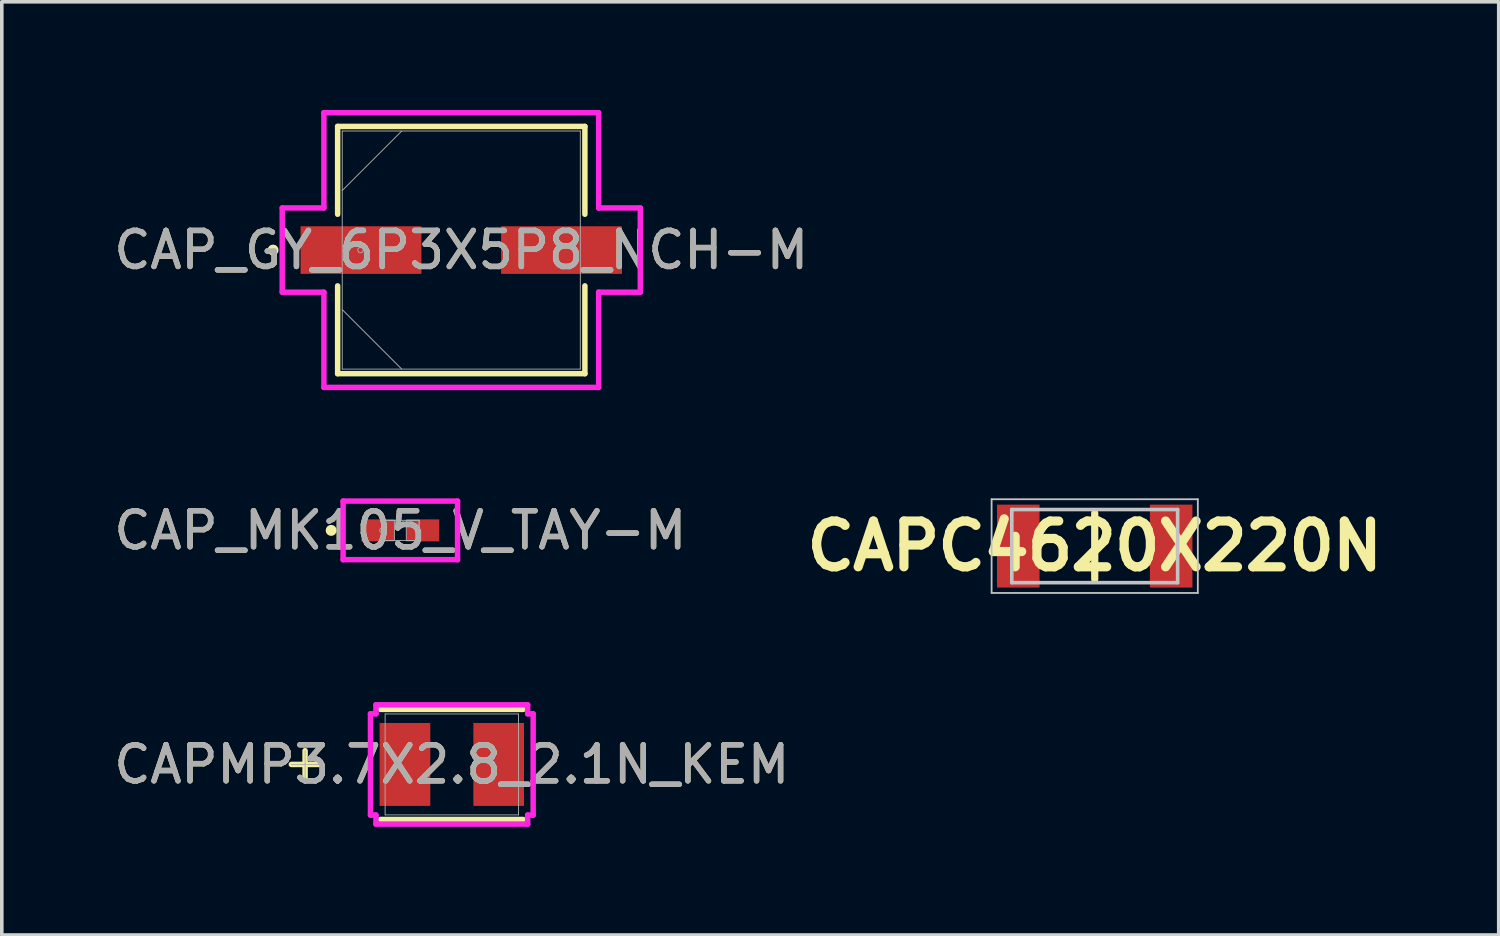
<source format=kicad_pcb>
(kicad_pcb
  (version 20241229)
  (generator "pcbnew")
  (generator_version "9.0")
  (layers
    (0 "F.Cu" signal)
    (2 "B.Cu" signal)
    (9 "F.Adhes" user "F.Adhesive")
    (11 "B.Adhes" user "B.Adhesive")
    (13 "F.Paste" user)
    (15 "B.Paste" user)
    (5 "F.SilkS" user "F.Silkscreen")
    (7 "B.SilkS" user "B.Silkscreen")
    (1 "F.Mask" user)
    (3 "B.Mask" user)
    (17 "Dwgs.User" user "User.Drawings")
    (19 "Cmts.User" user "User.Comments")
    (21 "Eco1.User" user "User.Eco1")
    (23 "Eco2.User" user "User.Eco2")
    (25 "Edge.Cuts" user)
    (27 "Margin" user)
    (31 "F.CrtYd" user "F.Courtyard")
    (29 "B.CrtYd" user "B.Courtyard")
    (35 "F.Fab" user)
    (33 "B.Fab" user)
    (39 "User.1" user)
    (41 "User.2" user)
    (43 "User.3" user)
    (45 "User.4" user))
  (footprint "CAPMP3.7X2.8_2.1N_KEM"
    (layer "F.Cu")
    (at 9.482 18.153)
    (property "Reference" "CAPMP3.7X2.8_2.1N_KEM" (at 0 0 0) (unlocked yes) (layer "F.SilkS") (effects (font (size 1 1) (thickness 0.15))))
    (attr smd)
    (fp_line (start -4.07 -0.381) (end -4.07 0.381) (stroke (width 0.152) (type solid)) (layer "F.SilkS"))
    (fp_line (start -3.689 0) (end -4.451 0) (stroke (width 0.152) (type solid)) (layer "F.SilkS"))
    (fp_line (start -1.977 1.527) (end 1.977 1.527) (stroke (width 0.152) (type solid)) (layer "F.SilkS"))
    (fp_line (start 1.977 -1.527) (end -1.977 -1.527) (stroke (width 0.152) (type solid)) (layer "F.SilkS"))
    (fp_line (start -2.256 -1.404) (end -2.104 -1.404) (stroke (width 0.152) (type solid)) (layer "F.CrtYd"))
    (fp_line (start -2.256 1.404) (end -2.256 -1.404) (stroke (width 0.152) (type solid)) (layer "F.CrtYd"))
    (fp_line (start -2.104 -1.654) (end 2.104 -1.654) (stroke (width 0.152) (type solid)) (layer "F.CrtYd"))
    (fp_line (start -2.104 -1.404) (end -2.104 -1.654) (stroke (width 0.152) (type solid)) (layer "F.CrtYd"))
    (fp_line (start -2.104 1.404) (end -2.256 1.404) (stroke (width 0.152) (type solid)) (layer "F.CrtYd"))
    (fp_line (start -2.104 1.654) (end -2.104 1.404) (stroke (width 0.152) (type solid)) (layer "F.CrtYd"))
    (fp_line (start 2.104 -1.654) (end 2.104 -1.404) (stroke (width 0.152) (type solid)) (layer "F.CrtYd"))
    (fp_line (start 2.104 -1.404) (end 2.256 -1.404) (stroke (width 0.152) (type solid)) (layer "F.CrtYd"))
    (fp_line (start 2.104 1.404) (end 2.104 1.654) (stroke (width 0.152) (type solid)) (layer "F.CrtYd"))
    (fp_line (start 2.104 1.654) (end -2.104 1.654) (stroke (width 0.152) (type solid)) (layer "F.CrtYd"))
    (fp_line (start 2.256 -1.404) (end 2.256 1.404) (stroke (width 0.152) (type solid)) (layer "F.CrtYd"))
    (fp_line (start 2.256 1.404) (end 2.104 1.404) (stroke (width 0.152) (type solid)) (layer "F.CrtYd"))
    (fp_line (start -4.07 -0.381) (end -4.07 0.381) (stroke (width 0.025) (type solid)) (layer "F.Fab"))
    (fp_line (start -3.689 0) (end -4.451 0) (stroke (width 0.025) (type solid)) (layer "F.Fab"))
    (fp_line (start -1.85 -1.4) (end -1.85 1.4) (stroke (width 0.025) (type solid)) (layer "F.Fab"))
    (fp_line (start -1.85 1.4) (end 1.85 1.4) (stroke (width 0.025) (type solid)) (layer "F.Fab"))
    (fp_line (start 1.85 -1.4) (end -1.85 -1.4) (stroke (width 0.025) (type solid)) (layer "F.Fab"))
    (fp_line (start 1.85 1.4) (end 1.85 -1.4) (stroke (width 0.025) (type solid)) (layer "F.Fab"))
    (fp_text user "${REFERENCE}" (at 0 0 0) (unlocked yes) (layer "F.Fab") (effects (font (size 1 1) (thickness 0.15))))
    (pad "1" smd rect (at -1.3 0 90) (size 2.3 1.405) (layers "F.Cu" "F.Mask" "F.Paste"))
    (pad "2" smd rect (at 1.3 0 90) (size 2.3 1.405) (layers "F.Cu" "F.Mask" "F.Paste"))
    (zone (net_name "") (layer "F.Cu") (hatch full 0.508) (connect_pads) (min_thickness 0.254) (filled_areas_thickness no) (keepout (tracks not_allowed) (vias not_allowed) (pads allowed) (copperpour not_allowed) (footprints allowed)) (placement (enabled no)) (fill) (polygon (pts (xy 7.683 16.803) (xy 11.281 16.803) (xy 11.281 16.952) (xy 7.683 16.952))))
    (zone (net_name "") (layer "F.Cu") (hatch full 0.508) (connect_pads) (min_thickness 0.254) (filled_areas_thickness no) (keepout (tracks not_allowed) (vias not_allowed) (pads allowed) (copperpour not_allowed) (footprints allowed)) (placement (enabled no)) (fill) (polygon (pts (xy 7.683 19.353) (xy 11.281 19.353) (xy 11.281 19.502) (xy 7.683 19.502))))
    (zone (net_name "") (layer "F.Cu") (hatch full 0.508) (connect_pads) (min_thickness 0.254) (filled_areas_thickness no) (keepout (tracks not_allowed) (vias not_allowed) (pads allowed) (copperpour not_allowed) (footprints allowed)) (placement (enabled no)) (fill) (polygon (pts (xy 8.736 16.952) (xy 10.228 16.952) (xy 10.228 19.353) (xy 8.736 19.353)))))
  (footprint "CAP_GY_6P3X5P8_NCH-M"
    (layer "F.Cu")
    (at 9.744 3.886)
    (property "Reference" "CAP_GY_6P3X5P8_NCH-M" (at 0 0 0) (unlocked yes) (layer "F.SilkS") (effects (font (size 1 1) (thickness 0.15))))
    (attr smd)
    (fp_line (start -3.429 -3.429) (end -3.429 -0.993) (stroke (width 0.152) (type solid)) (layer "F.SilkS"))
    (fp_line (start -3.429 0.993) (end -3.429 3.429) (stroke (width 0.152) (type solid)) (layer "F.SilkS"))
    (fp_line (start -3.429 3.429) (end 3.429 3.429) (stroke (width 0.152) (type solid)) (layer "F.SilkS"))
    (fp_line (start 3.429 -3.429) (end -3.429 -3.429) (stroke (width 0.152) (type solid)) (layer "F.SilkS"))
    (fp_line (start 3.429 -0.993) (end 3.429 -3.429) (stroke (width 0.152) (type solid)) (layer "F.SilkS"))
    (fp_line (start 3.429 3.429) (end 3.429 0.993) (stroke (width 0.152) (type solid)) (layer "F.SilkS"))
    (fp_circle (center -5.22 0) (end -5.144 0) (stroke (width 0.152) (type solid)) (fill no) (layer "F.SilkS"))
    (fp_line (start -4.966 -1.168) (end -3.81 -1.168) (stroke (width 0.152) (type solid)) (layer "F.CrtYd"))
    (fp_line (start -4.966 1.168) (end -4.966 -1.168) (stroke (width 0.152) (type solid)) (layer "F.CrtYd"))
    (fp_line (start -3.81 -3.81) (end 3.81 -3.81) (stroke (width 0.152) (type solid)) (layer "F.CrtYd"))
    (fp_line (start -3.81 -1.168) (end -3.81 -3.81) (stroke (width 0.152) (type solid)) (layer "F.CrtYd"))
    (fp_line (start -3.81 1.168) (end -4.966 1.168) (stroke (width 0.152) (type solid)) (layer "F.CrtYd"))
    (fp_line (start -3.81 3.81) (end -3.81 1.168) (stroke (width 0.152) (type solid)) (layer "F.CrtYd"))
    (fp_line (start 3.81 -3.81) (end 3.81 -1.168) (stroke (width 0.152) (type solid)) (layer "F.CrtYd"))
    (fp_line (start 3.81 -1.168) (end 4.966 -1.168) (stroke (width 0.152) (type solid)) (layer "F.CrtYd"))
    (fp_line (start 3.81 1.168) (end 3.81 3.81) (stroke (width 0.152) (type solid)) (layer "F.CrtYd"))
    (fp_line (start 3.81 3.81) (end -3.81 3.81) (stroke (width 0.152) (type solid)) (layer "F.CrtYd"))
    (fp_line (start 4.966 -1.168) (end 4.966 1.168) (stroke (width 0.152) (type solid)) (layer "F.CrtYd"))
    (fp_line (start 4.966 1.168) (end 3.81 1.168) (stroke (width 0.152) (type solid)) (layer "F.CrtYd"))
    (fp_line (start -3.302 -3.302) (end -3.302 3.302) (stroke (width 0.025) (type solid)) (layer "F.Fab"))
    (fp_line (start -3.302 -1.651) (end -1.651 -3.302) (stroke (width 0.025) (type solid)) (layer "F.Fab"))
    (fp_line (start -3.302 1.651) (end -1.651 3.302) (stroke (width 0.025) (type solid)) (layer "F.Fab"))
    (fp_line (start -3.302 3.302) (end 3.302 3.302) (stroke (width 0.025) (type solid)) (layer "F.Fab"))
    (fp_line (start 3.302 -3.302) (end -3.302 -3.302) (stroke (width 0.025) (type solid)) (layer "F.Fab"))
    (fp_line (start 3.302 3.302) (end 3.302 -3.302) (stroke (width 0.025) (type solid)) (layer "F.Fab"))
    (fp_circle (center -2.794 0) (end -2.718 0) (stroke (width 0.025) (type solid)) (fill no) (layer "F.Fab"))
    (fp_text user "${REFERENCE}" (at 0 0 0) (unlocked yes) (layer "F.Fab") (effects (font (size 1 1) (thickness 0.15))))
    (pad "1" smd rect (at -2.781 0) (size 3.353 1.321) (layers "F.Cu" "F.Mask" "F.Paste"))
    (pad "2" smd rect (at 2.781 0) (size 3.353 1.321) (layers "F.Cu" "F.Mask" "F.Paste"))
    (zone (net_name "") (layer "F.Cu") (hatch full 0.508) (connect_pads) (min_thickness 0.254) (filled_areas_thickness no) (keepout (tracks not_allowed) (vias not_allowed) (pads allowed) (copperpour not_allowed) (footprints allowed)) (placement (enabled no)) (fill) (polygon (pts (xy 6.493 0.635) (xy 12.995 0.635) (xy 12.995 3.175) (xy 6.493 3.175))))
    (zone (net_name "") (layer "F.Cu") (hatch full 0.508) (connect_pads) (min_thickness 0.254) (filled_areas_thickness no) (keepout (tracks not_allowed) (vias not_allowed) (pads allowed) (copperpour not_allowed) (footprints allowed)) (placement (enabled no)) (fill) (polygon (pts (xy 6.493 4.597) (xy 12.995 4.597) (xy 12.995 7.137) (xy 6.493 7.137))))
    (zone (net_name "") (layer "F.Cu") (hatch full 0.508) (connect_pads) (min_thickness 0.254) (filled_areas_thickness no) (keepout (tracks not_allowed) (vias not_allowed) (pads allowed) (copperpour not_allowed) (footprints allowed)) (placement (enabled no)) (fill) (polygon (pts (xy 8.69 3.175) (xy 10.798 3.175) (xy 10.798 4.597) (xy 8.69 4.597)))))
  (footprint "CAPC4620X220N"
    (layer "F.Cu")
    (at 27.314 12.097)
    (property "Reference" "CAPC4620X220N" (at 0 0 0) (layer "F.SilkS") (effects (font (size 1.27 1.27) (thickness 0.254))))
    (attr smd)
    (fp_line (start 0 -0.915) (end 0 0.915) (stroke (width 0.2) (type solid)) (layer "F.SilkS"))
    (fp_line (start -2.86 -1.3) (end 2.86 -1.3) (stroke (width 0.05) (type solid)) (layer "Dwgs.User"))
    (fp_line (start -2.86 1.3) (end -2.86 -1.3) (stroke (width 0.05) (type solid)) (layer "Dwgs.User"))
    (fp_line (start -2.3 -1.015) (end 2.3 -1.015) (stroke (width 0.1) (type solid)) (layer "Dwgs.User"))
    (fp_line (start -2.3 1.015) (end -2.3 -1.015) (stroke (width 0.1) (type solid)) (layer "Dwgs.User"))
    (fp_line (start 2.3 -1.015) (end 2.3 1.015) (stroke (width 0.1) (type solid)) (layer "Dwgs.User"))
    (fp_line (start 2.3 1.015) (end -2.3 1.015) (stroke (width 0.1) (type solid)) (layer "Dwgs.User"))
    (fp_line (start 2.86 -1.3) (end 2.86 1.3) (stroke (width 0.05) (type solid)) (layer "Dwgs.User"))
    (fp_line (start 2.86 1.3) (end -2.86 1.3) (stroke (width 0.05) (type solid)) (layer "Dwgs.User"))
    (pad "1" smd rect (at -2.12 0) (size 1.18 2.3) (layers "F.Cu" "F.Mask" "F.Paste"))
    (pad "2" smd rect (at 2.12 0) (size 1.18 2.3) (layers "F.Cu" "F.Mask" "F.Paste")))
  (footprint "CAP_MK105_V_TAY-M"
    (layer "F.Cu")
    (at 8.054 11.661)
    (property "Reference" "CAP_MK105_V_TAY-M" (at 0 0 0) (unlocked yes) (layer "F.SilkS") (effects (font (size 1 1) (thickness 0.15))))
    (attr smd)
    (fp_circle (center -1.918 0) (end -1.841 0) (stroke (width 0.152) (type solid)) (fill no) (layer "F.SilkS"))
    (fp_line (start -1.587 -0.813) (end 1.587 -0.813) (stroke (width 0.152) (type solid)) (layer "F.CrtYd"))
    (fp_line (start -1.587 0.813) (end -1.587 -0.813) (stroke (width 0.152) (type solid)) (layer "F.CrtYd"))
    (fp_line (start 1.587 -0.813) (end 1.587 0.813) (stroke (width 0.152) (type solid)) (layer "F.CrtYd"))
    (fp_line (start 1.587 0.813) (end -1.587 0.813) (stroke (width 0.152) (type solid)) (layer "F.CrtYd"))
    (fp_line (start -0.521 -0.279) (end -0.521 0.279) (stroke (width 0.025) (type solid)) (layer "F.Fab"))
    (fp_line (start -0.521 -0.279) (end -0.521 0.279) (stroke (width 0.025) (type solid)) (layer "F.Fab"))
    (fp_line (start -0.521 0.279) (end -0.165 0.279) (stroke (width 0.025) (type solid)) (layer "F.Fab"))
    (fp_line (start -0.521 0.279) (end 0.521 0.279) (stroke (width 0.025) (type solid)) (layer "F.Fab"))
    (fp_line (start -0.165 -0.279) (end -0.521 -0.279) (stroke (width 0.025) (type solid)) (layer "F.Fab"))
    (fp_line (start -0.165 0.279) (end -0.165 -0.279) (stroke (width 0.025) (type solid)) (layer "F.Fab"))
    (fp_line (start 0.165 -0.279) (end 0.165 0.279) (stroke (width 0.025) (type solid)) (layer "F.Fab"))
    (fp_line (start 0.165 0.279) (end 0.521 0.279) (stroke (width 0.025) (type solid)) (layer "F.Fab"))
    (fp_line (start 0.521 -0.279) (end -0.521 -0.279) (stroke (width 0.025) (type solid)) (layer "F.Fab"))
    (fp_line (start 0.521 -0.279) (end 0.165 -0.279) (stroke (width 0.025) (type solid)) (layer "F.Fab"))
    (fp_line (start 0.521 0.279) (end 0.521 -0.279) (stroke (width 0.025) (type solid)) (layer "F.Fab"))
    (fp_line (start 0.521 0.279) (end 0.521 -0.279) (stroke (width 0.025) (type solid)) (layer "F.Fab"))
    (fp_circle (center -0.495 0) (end -0.419 0) (stroke (width 0.025) (type solid)) (fill no) (layer "F.Fab"))
    (fp_text user "${REFERENCE}" (at 0 0 0) (unlocked yes) (layer "F.Fab") (effects (font (size 1 1) (thickness 0.15))))
    (pad "1" smd rect (at -0.622 0) (size 0.914 0.61) (layers "F.Cu" "F.Mask" "F.Paste"))
    (pad "2" smd rect (at 0.622 0) (size 0.914 0.61) (layers "F.Cu" "F.Mask" "F.Paste"))
    (zone (net_name "") (layer "F.Cu") (hatch full 0.508) (connect_pads) (min_thickness 0.254) (filled_areas_thickness no) (keepout (tracks not_allowed) (vias not_allowed) (pads allowed) (copperpour not_allowed) (footprints allowed)) (placement (enabled no)) (fill) (polygon (pts (xy 7.939 11.433) (xy 8.168 11.433) (xy 8.168 11.89) (xy 7.939 11.89)))))
  (gr_rect
    (start -3 -3)
    (end 38.52 22.883)
    (stroke (width 0.1) (type default))
    (fill no)
    (layer "Edge.Cuts")))
</source>
